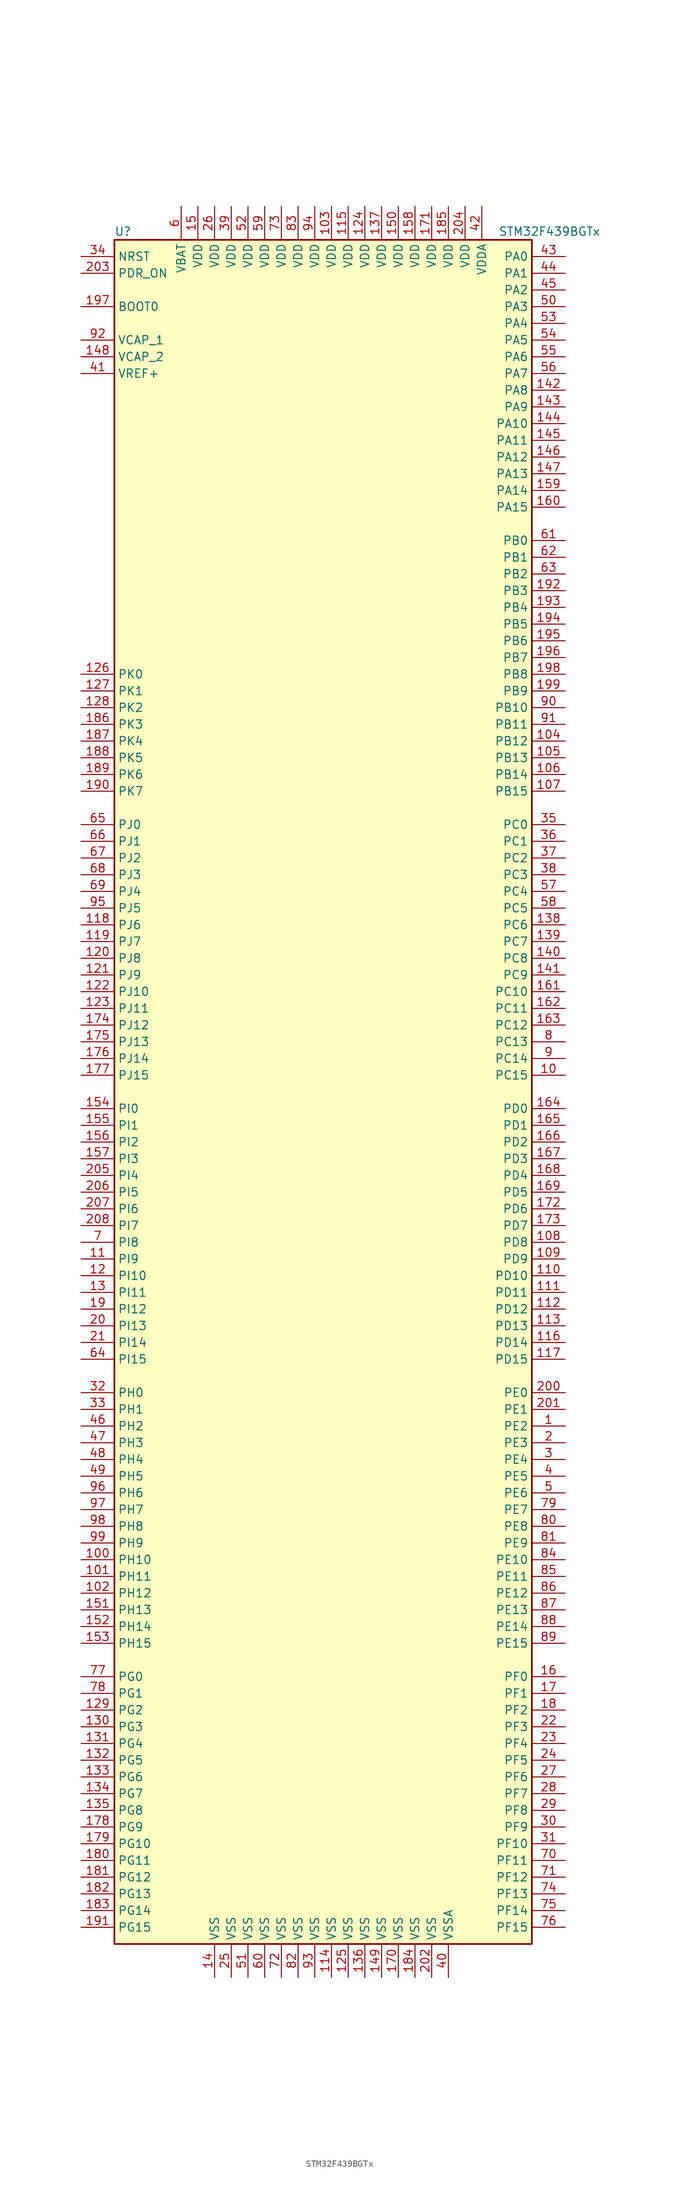
<source format=kicad_sym>
(kicad_symbol_lib
  (version 20201005)
  (generator kicad_symbol_editor)
  (symbol "MCU_ST_STM32F4:STM32F439BGTx"
    (property "Reference" "U"
      (at -33.02 130.81 0)
      (effects (font (size 1.27 1.27)) (justify left)))
    (property "Value" "STM32F439BGTx"
      (at 25.4 130.81 0)
      (effects (font (size 1.27 1.27)) (justify left)))
    (symbol "STM32F439BGTx_0_1"
      (rectangle (start -33.02 -129.54) (end 30.48 129.54) (stroke (width 0.254)) (fill (type background))))
    (symbol "STM32F439BGTx_1_1"
      (pin input line (at -38.1 119.38 0) (length 5.08) (name "BOOT0" (effects (font (size 1.27 1.27)))) (number "197" (effects (font (size 1.27 1.27)))))
      (pin input line (at -38.1 127 0) (length 5.08) (name "NRST" (effects (font (size 1.27 1.27)))) (number "34" (effects (font (size 1.27 1.27)))))
      (pin bidirectional line (at 35.56 127 180) (length 5.08) (name "PA0" (effects (font (size 1.27 1.27)))) (number "43" (effects (font (size 1.27 1.27)))))
      (pin bidirectional line (at 35.56 124.46 180) (length 5.08) (name "PA1" (effects (font (size 1.27 1.27)))) (number "44" (effects (font (size 1.27 1.27)))))
      (pin bidirectional line (at 35.56 101.6 180) (length 5.08) (name "PA10" (effects (font (size 1.27 1.27)))) (number "144" (effects (font (size 1.27 1.27)))))
      (pin bidirectional line (at 35.56 99.06 180) (length 5.08) (name "PA11" (effects (font (size 1.27 1.27)))) (number "145" (effects (font (size 1.27 1.27)))))
      (pin bidirectional line (at 35.56 96.52 180) (length 5.08) (name "PA12" (effects (font (size 1.27 1.27)))) (number "146" (effects (font (size 1.27 1.27)))))
      (pin bidirectional line (at 35.56 93.98 180) (length 5.08) (name "PA13" (effects (font (size 1.27 1.27)))) (number "147" (effects (font (size 1.27 1.27)))))
      (pin bidirectional line (at 35.56 91.44 180) (length 5.08) (name "PA14" (effects (font (size 1.27 1.27)))) (number "159" (effects (font (size 1.27 1.27)))))
      (pin bidirectional line (at 35.56 88.9 180) (length 5.08) (name "PA15" (effects (font (size 1.27 1.27)))) (number "160" (effects (font (size 1.27 1.27)))))
      (pin bidirectional line (at 35.56 121.92 180) (length 5.08) (name "PA2" (effects (font (size 1.27 1.27)))) (number "45" (effects (font (size 1.27 1.27)))))
      (pin bidirectional line (at 35.56 119.38 180) (length 5.08) (name "PA3" (effects (font (size 1.27 1.27)))) (number "50" (effects (font (size 1.27 1.27)))))
      (pin bidirectional line (at 35.56 116.84 180) (length 5.08) (name "PA4" (effects (font (size 1.27 1.27)))) (number "53" (effects (font (size 1.27 1.27)))))
      (pin bidirectional line (at 35.56 114.3 180) (length 5.08) (name "PA5" (effects (font (size 1.27 1.27)))) (number "54" (effects (font (size 1.27 1.27)))))
      (pin bidirectional line (at 35.56 111.76 180) (length 5.08) (name "PA6" (effects (font (size 1.27 1.27)))) (number "55" (effects (font (size 1.27 1.27)))))
      (pin bidirectional line (at 35.56 109.22 180) (length 5.08) (name "PA7" (effects (font (size 1.27 1.27)))) (number "56" (effects (font (size 1.27 1.27)))))
      (pin bidirectional line (at 35.56 106.68 180) (length 5.08) (name "PA8" (effects (font (size 1.27 1.27)))) (number "142" (effects (font (size 1.27 1.27)))))
      (pin bidirectional line (at 35.56 104.14 180) (length 5.08) (name "PA9" (effects (font (size 1.27 1.27)))) (number "143" (effects (font (size 1.27 1.27)))))
      (pin bidirectional line (at 35.56 83.82 180) (length 5.08) (name "PB0" (effects (font (size 1.27 1.27)))) (number "61" (effects (font (size 1.27 1.27)))))
      (pin bidirectional line (at 35.56 81.28 180) (length 5.08) (name "PB1" (effects (font (size 1.27 1.27)))) (number "62" (effects (font (size 1.27 1.27)))))
      (pin bidirectional line (at 35.56 58.42 180) (length 5.08) (name "PB10" (effects (font (size 1.27 1.27)))) (number "90" (effects (font (size 1.27 1.27)))))
      (pin bidirectional line (at 35.56 55.88 180) (length 5.08) (name "PB11" (effects (font (size 1.27 1.27)))) (number "91" (effects (font (size 1.27 1.27)))))
      (pin bidirectional line (at 35.56 53.34 180) (length 5.08) (name "PB12" (effects (font (size 1.27 1.27)))) (number "104" (effects (font (size 1.27 1.27)))))
      (pin bidirectional line (at 35.56 50.8 180) (length 5.08) (name "PB13" (effects (font (size 1.27 1.27)))) (number "105" (effects (font (size 1.27 1.27)))))
      (pin bidirectional line (at 35.56 48.26 180) (length 5.08) (name "PB14" (effects (font (size 1.27 1.27)))) (number "106" (effects (font (size 1.27 1.27)))))
      (pin bidirectional line (at 35.56 45.72 180) (length 5.08) (name "PB15" (effects (font (size 1.27 1.27)))) (number "107" (effects (font (size 1.27 1.27)))))
      (pin bidirectional line (at 35.56 78.74 180) (length 5.08) (name "PB2" (effects (font (size 1.27 1.27)))) (number "63" (effects (font (size 1.27 1.27)))))
      (pin bidirectional line (at 35.56 76.2 180) (length 5.08) (name "PB3" (effects (font (size 1.27 1.27)))) (number "192" (effects (font (size 1.27 1.27)))))
      (pin bidirectional line (at 35.56 73.66 180) (length 5.08) (name "PB4" (effects (font (size 1.27 1.27)))) (number "193" (effects (font (size 1.27 1.27)))))
      (pin bidirectional line (at 35.56 71.12 180) (length 5.08) (name "PB5" (effects (font (size 1.27 1.27)))) (number "194" (effects (font (size 1.27 1.27)))))
      (pin bidirectional line (at 35.56 68.58 180) (length 5.08) (name "PB6" (effects (font (size 1.27 1.27)))) (number "195" (effects (font (size 1.27 1.27)))))
      (pin bidirectional line (at 35.56 66.04 180) (length 5.08) (name "PB7" (effects (font (size 1.27 1.27)))) (number "196" (effects (font (size 1.27 1.27)))))
      (pin bidirectional line (at 35.56 63.5 180) (length 5.08) (name "PB8" (effects (font (size 1.27 1.27)))) (number "198" (effects (font (size 1.27 1.27)))))
      (pin bidirectional line (at 35.56 60.96 180) (length 5.08) (name "PB9" (effects (font (size 1.27 1.27)))) (number "199" (effects (font (size 1.27 1.27)))))
      (pin bidirectional line (at 35.56 40.64 180) (length 5.08) (name "PC0" (effects (font (size 1.27 1.27)))) (number "35" (effects (font (size 1.27 1.27)))))
      (pin bidirectional line (at 35.56 38.1 180) (length 5.08) (name "PC1" (effects (font (size 1.27 1.27)))) (number "36" (effects (font (size 1.27 1.27)))))
      (pin bidirectional line (at 35.56 15.24 180) (length 5.08) (name "PC10" (effects (font (size 1.27 1.27)))) (number "161" (effects (font (size 1.27 1.27)))))
      (pin bidirectional line (at 35.56 12.7 180) (length 5.08) (name "PC11" (effects (font (size 1.27 1.27)))) (number "162" (effects (font (size 1.27 1.27)))))
      (pin bidirectional line (at 35.56 10.16 180) (length 5.08) (name "PC12" (effects (font (size 1.27 1.27)))) (number "163" (effects (font (size 1.27 1.27)))))
      (pin bidirectional line (at 35.56 7.62 180) (length 5.08) (name "PC13" (effects (font (size 1.27 1.27)))) (number "8" (effects (font (size 1.27 1.27)))))
      (pin bidirectional line (at 35.56 5.08 180) (length 5.08) (name "PC14" (effects (font (size 1.27 1.27)))) (number "9" (effects (font (size 1.27 1.27)))))
      (pin bidirectional line (at 35.56 2.54 180) (length 5.08) (name "PC15" (effects (font (size 1.27 1.27)))) (number "10" (effects (font (size 1.27 1.27)))))
      (pin bidirectional line (at 35.56 35.56 180) (length 5.08) (name "PC2" (effects (font (size 1.27 1.27)))) (number "37" (effects (font (size 1.27 1.27)))))
      (pin bidirectional line (at 35.56 33.02 180) (length 5.08) (name "PC3" (effects (font (size 1.27 1.27)))) (number "38" (effects (font (size 1.27 1.27)))))
      (pin bidirectional line (at 35.56 30.48 180) (length 5.08) (name "PC4" (effects (font (size 1.27 1.27)))) (number "57" (effects (font (size 1.27 1.27)))))
      (pin bidirectional line (at 35.56 27.94 180) (length 5.08) (name "PC5" (effects (font (size 1.27 1.27)))) (number "58" (effects (font (size 1.27 1.27)))))
      (pin bidirectional line (at 35.56 25.4 180) (length 5.08) (name "PC6" (effects (font (size 1.27 1.27)))) (number "138" (effects (font (size 1.27 1.27)))))
      (pin bidirectional line (at 35.56 22.86 180) (length 5.08) (name "PC7" (effects (font (size 1.27 1.27)))) (number "139" (effects (font (size 1.27 1.27)))))
      (pin bidirectional line (at 35.56 20.32 180) (length 5.08) (name "PC8" (effects (font (size 1.27 1.27)))) (number "140" (effects (font (size 1.27 1.27)))))
      (pin bidirectional line (at 35.56 17.78 180) (length 5.08) (name "PC9" (effects (font (size 1.27 1.27)))) (number "141" (effects (font (size 1.27 1.27)))))
      (pin bidirectional line (at 35.56 -2.54 180) (length 5.08) (name "PD0" (effects (font (size 1.27 1.27)))) (number "164" (effects (font (size 1.27 1.27)))))
      (pin bidirectional line (at 35.56 -5.08 180) (length 5.08) (name "PD1" (effects (font (size 1.27 1.27)))) (number "165" (effects (font (size 1.27 1.27)))))
      (pin bidirectional line (at 35.56 -27.94 180) (length 5.08) (name "PD10" (effects (font (size 1.27 1.27)))) (number "110" (effects (font (size 1.27 1.27)))))
      (pin bidirectional line (at 35.56 -30.48 180) (length 5.08) (name "PD11" (effects (font (size 1.27 1.27)))) (number "111" (effects (font (size 1.27 1.27)))))
      (pin bidirectional line (at 35.56 -33.02 180) (length 5.08) (name "PD12" (effects (font (size 1.27 1.27)))) (number "112" (effects (font (size 1.27 1.27)))))
      (pin bidirectional line (at 35.56 -35.56 180) (length 5.08) (name "PD13" (effects (font (size 1.27 1.27)))) (number "113" (effects (font (size 1.27 1.27)))))
      (pin bidirectional line (at 35.56 -38.1 180) (length 5.08) (name "PD14" (effects (font (size 1.27 1.27)))) (number "116" (effects (font (size 1.27 1.27)))))
      (pin bidirectional line (at 35.56 -40.64 180) (length 5.08) (name "PD15" (effects (font (size 1.27 1.27)))) (number "117" (effects (font (size 1.27 1.27)))))
      (pin bidirectional line (at 35.56 -7.62 180) (length 5.08) (name "PD2" (effects (font (size 1.27 1.27)))) (number "166" (effects (font (size 1.27 1.27)))))
      (pin bidirectional line (at 35.56 -10.16 180) (length 5.08) (name "PD3" (effects (font (size 1.27 1.27)))) (number "167" (effects (font (size 1.27 1.27)))))
      (pin bidirectional line (at 35.56 -12.7 180) (length 5.08) (name "PD4" (effects (font (size 1.27 1.27)))) (number "168" (effects (font (size 1.27 1.27)))))
      (pin bidirectional line (at 35.56 -15.24 180) (length 5.08) (name "PD5" (effects (font (size 1.27 1.27)))) (number "169" (effects (font (size 1.27 1.27)))))
      (pin bidirectional line (at 35.56 -17.78 180) (length 5.08) (name "PD6" (effects (font (size 1.27 1.27)))) (number "172" (effects (font (size 1.27 1.27)))))
      (pin bidirectional line (at 35.56 -20.32 180) (length 5.08) (name "PD7" (effects (font (size 1.27 1.27)))) (number "173" (effects (font (size 1.27 1.27)))))
      (pin bidirectional line (at 35.56 -22.86 180) (length 5.08) (name "PD8" (effects (font (size 1.27 1.27)))) (number "108" (effects (font (size 1.27 1.27)))))
      (pin bidirectional line (at 35.56 -25.4 180) (length 5.08) (name "PD9" (effects (font (size 1.27 1.27)))) (number "109" (effects (font (size 1.27 1.27)))))
      (pin input line (at -38.1 124.46 0) (length 5.08) (name "PDR_ON" (effects (font (size 1.27 1.27)))) (number "203" (effects (font (size 1.27 1.27)))))
      (pin bidirectional line (at 35.56 -45.72 180) (length 5.08) (name "PE0" (effects (font (size 1.27 1.27)))) (number "200" (effects (font (size 1.27 1.27)))))
      (pin bidirectional line (at 35.56 -48.26 180) (length 5.08) (name "PE1" (effects (font (size 1.27 1.27)))) (number "201" (effects (font (size 1.27 1.27)))))
      (pin bidirectional line (at 35.56 -71.12 180) (length 5.08) (name "PE10" (effects (font (size 1.27 1.27)))) (number "84" (effects (font (size 1.27 1.27)))))
      (pin bidirectional line (at 35.56 -73.66 180) (length 5.08) (name "PE11" (effects (font (size 1.27 1.27)))) (number "85" (effects (font (size 1.27 1.27)))))
      (pin bidirectional line (at 35.56 -76.2 180) (length 5.08) (name "PE12" (effects (font (size 1.27 1.27)))) (number "86" (effects (font (size 1.27 1.27)))))
      (pin bidirectional line (at 35.56 -78.74 180) (length 5.08) (name "PE13" (effects (font (size 1.27 1.27)))) (number "87" (effects (font (size 1.27 1.27)))))
      (pin bidirectional line (at 35.56 -81.28 180) (length 5.08) (name "PE14" (effects (font (size 1.27 1.27)))) (number "88" (effects (font (size 1.27 1.27)))))
      (pin bidirectional line (at 35.56 -83.82 180) (length 5.08) (name "PE15" (effects (font (size 1.27 1.27)))) (number "89" (effects (font (size 1.27 1.27)))))
      (pin bidirectional line (at 35.56 -50.8 180) (length 5.08) (name "PE2" (effects (font (size 1.27 1.27)))) (number "1" (effects (font (size 1.27 1.27)))))
      (pin bidirectional line (at 35.56 -53.34 180) (length 5.08) (name "PE3" (effects (font (size 1.27 1.27)))) (number "2" (effects (font (size 1.27 1.27)))))
      (pin bidirectional line (at 35.56 -55.88 180) (length 5.08) (name "PE4" (effects (font (size 1.27 1.27)))) (number "3" (effects (font (size 1.27 1.27)))))
      (pin bidirectional line (at 35.56 -58.42 180) (length 5.08) (name "PE5" (effects (font (size 1.27 1.27)))) (number "4" (effects (font (size 1.27 1.27)))))
      (pin bidirectional line (at 35.56 -60.96 180) (length 5.08) (name "PE6" (effects (font (size 1.27 1.27)))) (number "5" (effects (font (size 1.27 1.27)))))
      (pin bidirectional line (at 35.56 -63.5 180) (length 5.08) (name "PE7" (effects (font (size 1.27 1.27)))) (number "79" (effects (font (size 1.27 1.27)))))
      (pin bidirectional line (at 35.56 -66.04 180) (length 5.08) (name "PE8" (effects (font (size 1.27 1.27)))) (number "80" (effects (font (size 1.27 1.27)))))
      (pin bidirectional line (at 35.56 -68.58 180) (length 5.08) (name "PE9" (effects (font (size 1.27 1.27)))) (number "81" (effects (font (size 1.27 1.27)))))
      (pin bidirectional line (at 35.56 -88.9 180) (length 5.08) (name "PF0" (effects (font (size 1.27 1.27)))) (number "16" (effects (font (size 1.27 1.27)))))
      (pin bidirectional line (at 35.56 -91.44 180) (length 5.08) (name "PF1" (effects (font (size 1.27 1.27)))) (number "17" (effects (font (size 1.27 1.27)))))
      (pin bidirectional line (at 35.56 -114.3 180) (length 5.08) (name "PF10" (effects (font (size 1.27 1.27)))) (number "31" (effects (font (size 1.27 1.27)))))
      (pin bidirectional line (at 35.56 -116.84 180) (length 5.08) (name "PF11" (effects (font (size 1.27 1.27)))) (number "70" (effects (font (size 1.27 1.27)))))
      (pin bidirectional line (at 35.56 -119.38 180) (length 5.08) (name "PF12" (effects (font (size 1.27 1.27)))) (number "71" (effects (font (size 1.27 1.27)))))
      (pin bidirectional line (at 35.56 -121.92 180) (length 5.08) (name "PF13" (effects (font (size 1.27 1.27)))) (number "74" (effects (font (size 1.27 1.27)))))
      (pin bidirectional line (at 35.56 -124.46 180) (length 5.08) (name "PF14" (effects (font (size 1.27 1.27)))) (number "75" (effects (font (size 1.27 1.27)))))
      (pin bidirectional line (at 35.56 -127 180) (length 5.08) (name "PF15" (effects (font (size 1.27 1.27)))) (number "76" (effects (font (size 1.27 1.27)))))
      (pin bidirectional line (at 35.56 -93.98 180) (length 5.08) (name "PF2" (effects (font (size 1.27 1.27)))) (number "18" (effects (font (size 1.27 1.27)))))
      (pin bidirectional line (at 35.56 -96.52 180) (length 5.08) (name "PF3" (effects (font (size 1.27 1.27)))) (number "22" (effects (font (size 1.27 1.27)))))
      (pin bidirectional line (at 35.56 -99.06 180) (length 5.08) (name "PF4" (effects (font (size 1.27 1.27)))) (number "23" (effects (font (size 1.27 1.27)))))
      (pin bidirectional line (at 35.56 -101.6 180) (length 5.08) (name "PF5" (effects (font (size 1.27 1.27)))) (number "24" (effects (font (size 1.27 1.27)))))
      (pin bidirectional line (at 35.56 -104.14 180) (length 5.08) (name "PF6" (effects (font (size 1.27 1.27)))) (number "27" (effects (font (size 1.27 1.27)))))
      (pin bidirectional line (at 35.56 -106.68 180) (length 5.08) (name "PF7" (effects (font (size 1.27 1.27)))) (number "28" (effects (font (size 1.27 1.27)))))
      (pin bidirectional line (at 35.56 -109.22 180) (length 5.08) (name "PF8" (effects (font (size 1.27 1.27)))) (number "29" (effects (font (size 1.27 1.27)))))
      (pin bidirectional line (at 35.56 -111.76 180) (length 5.08) (name "PF9" (effects (font (size 1.27 1.27)))) (number "30" (effects (font (size 1.27 1.27)))))
      (pin bidirectional line (at -38.1 -88.9 0) (length 5.08) (name "PG0" (effects (font (size 1.27 1.27)))) (number "77" (effects (font (size 1.27 1.27)))))
      (pin bidirectional line (at -38.1 -91.44 0) (length 5.08) (name "PG1" (effects (font (size 1.27 1.27)))) (number "78" (effects (font (size 1.27 1.27)))))
      (pin bidirectional line (at -38.1 -114.3 0) (length 5.08) (name "PG10" (effects (font (size 1.27 1.27)))) (number "179" (effects (font (size 1.27 1.27)))))
      (pin bidirectional line (at -38.1 -116.84 0) (length 5.08) (name "PG11" (effects (font (size 1.27 1.27)))) (number "180" (effects (font (size 1.27 1.27)))))
      (pin bidirectional line (at -38.1 -119.38 0) (length 5.08) (name "PG12" (effects (font (size 1.27 1.27)))) (number "181" (effects (font (size 1.27 1.27)))))
      (pin bidirectional line (at -38.1 -121.92 0) (length 5.08) (name "PG13" (effects (font (size 1.27 1.27)))) (number "182" (effects (font (size 1.27 1.27)))))
      (pin bidirectional line (at -38.1 -124.46 0) (length 5.08) (name "PG14" (effects (font (size 1.27 1.27)))) (number "183" (effects (font (size 1.27 1.27)))))
      (pin bidirectional line (at -38.1 -127 0) (length 5.08) (name "PG15" (effects (font (size 1.27 1.27)))) (number "191" (effects (font (size 1.27 1.27)))))
      (pin bidirectional line (at -38.1 -93.98 0) (length 5.08) (name "PG2" (effects (font (size 1.27 1.27)))) (number "129" (effects (font (size 1.27 1.27)))))
      (pin bidirectional line (at -38.1 -96.52 0) (length 5.08) (name "PG3" (effects (font (size 1.27 1.27)))) (number "130" (effects (font (size 1.27 1.27)))))
      (pin bidirectional line (at -38.1 -99.06 0) (length 5.08) (name "PG4" (effects (font (size 1.27 1.27)))) (number "131" (effects (font (size 1.27 1.27)))))
      (pin bidirectional line (at -38.1 -101.6 0) (length 5.08) (name "PG5" (effects (font (size 1.27 1.27)))) (number "132" (effects (font (size 1.27 1.27)))))
      (pin bidirectional line (at -38.1 -104.14 0) (length 5.08) (name "PG6" (effects (font (size 1.27 1.27)))) (number "133" (effects (font (size 1.27 1.27)))))
      (pin bidirectional line (at -38.1 -106.68 0) (length 5.08) (name "PG7" (effects (font (size 1.27 1.27)))) (number "134" (effects (font (size 1.27 1.27)))))
      (pin bidirectional line (at -38.1 -109.22 0) (length 5.08) (name "PG8" (effects (font (size 1.27 1.27)))) (number "135" (effects (font (size 1.27 1.27)))))
      (pin bidirectional line (at -38.1 -111.76 0) (length 5.08) (name "PG9" (effects (font (size 1.27 1.27)))) (number "178" (effects (font (size 1.27 1.27)))))
      (pin input line (at -38.1 -45.72 0) (length 5.08) (name "PH0" (effects (font (size 1.27 1.27)))) (number "32" (effects (font (size 1.27 1.27)))))
      (pin input line (at -38.1 -48.26 0) (length 5.08) (name "PH1" (effects (font (size 1.27 1.27)))) (number "33" (effects (font (size 1.27 1.27)))))
      (pin bidirectional line (at -38.1 -71.12 0) (length 5.08) (name "PH10" (effects (font (size 1.27 1.27)))) (number "100" (effects (font (size 1.27 1.27)))))
      (pin bidirectional line (at -38.1 -73.66 0) (length 5.08) (name "PH11" (effects (font (size 1.27 1.27)))) (number "101" (effects (font (size 1.27 1.27)))))
      (pin bidirectional line (at -38.1 -76.2 0) (length 5.08) (name "PH12" (effects (font (size 1.27 1.27)))) (number "102" (effects (font (size 1.27 1.27)))))
      (pin bidirectional line (at -38.1 -78.74 0) (length 5.08) (name "PH13" (effects (font (size 1.27 1.27)))) (number "151" (effects (font (size 1.27 1.27)))))
      (pin bidirectional line (at -38.1 -81.28 0) (length 5.08) (name "PH14" (effects (font (size 1.27 1.27)))) (number "152" (effects (font (size 1.27 1.27)))))
      (pin bidirectional line (at -38.1 -83.82 0) (length 5.08) (name "PH15" (effects (font (size 1.27 1.27)))) (number "153" (effects (font (size 1.27 1.27)))))
      (pin bidirectional line (at -38.1 -50.8 0) (length 5.08) (name "PH2" (effects (font (size 1.27 1.27)))) (number "46" (effects (font (size 1.27 1.27)))))
      (pin bidirectional line (at -38.1 -53.34 0) (length 5.08) (name "PH3" (effects (font (size 1.27 1.27)))) (number "47" (effects (font (size 1.27 1.27)))))
      (pin bidirectional line (at -38.1 -55.88 0) (length 5.08) (name "PH4" (effects (font (size 1.27 1.27)))) (number "48" (effects (font (size 1.27 1.27)))))
      (pin bidirectional line (at -38.1 -58.42 0) (length 5.08) (name "PH5" (effects (font (size 1.27 1.27)))) (number "49" (effects (font (size 1.27 1.27)))))
      (pin bidirectional line (at -38.1 -60.96 0) (length 5.08) (name "PH6" (effects (font (size 1.27 1.27)))) (number "96" (effects (font (size 1.27 1.27)))))
      (pin bidirectional line (at -38.1 -63.5 0) (length 5.08) (name "PH7" (effects (font (size 1.27 1.27)))) (number "97" (effects (font (size 1.27 1.27)))))
      (pin bidirectional line (at -38.1 -66.04 0) (length 5.08) (name "PH8" (effects (font (size 1.27 1.27)))) (number "98" (effects (font (size 1.27 1.27)))))
      (pin bidirectional line (at -38.1 -68.58 0) (length 5.08) (name "PH9" (effects (font (size 1.27 1.27)))) (number "99" (effects (font (size 1.27 1.27)))))
      (pin bidirectional line (at -38.1 -2.54 0) (length 5.08) (name "PI0" (effects (font (size 1.27 1.27)))) (number "154" (effects (font (size 1.27 1.27)))))
      (pin bidirectional line (at -38.1 -5.08 0) (length 5.08) (name "PI1" (effects (font (size 1.27 1.27)))) (number "155" (effects (font (size 1.27 1.27)))))
      (pin bidirectional line (at -38.1 -27.94 0) (length 5.08) (name "PI10" (effects (font (size 1.27 1.27)))) (number "12" (effects (font (size 1.27 1.27)))))
      (pin bidirectional line (at -38.1 -30.48 0) (length 5.08) (name "PI11" (effects (font (size 1.27 1.27)))) (number "13" (effects (font (size 1.27 1.27)))))
      (pin bidirectional line (at -38.1 -33.02 0) (length 5.08) (name "PI12" (effects (font (size 1.27 1.27)))) (number "19" (effects (font (size 1.27 1.27)))))
      (pin bidirectional line (at -38.1 -35.56 0) (length 5.08) (name "PI13" (effects (font (size 1.27 1.27)))) (number "20" (effects (font (size 1.27 1.27)))))
      (pin bidirectional line (at -38.1 -38.1 0) (length 5.08) (name "PI14" (effects (font (size 1.27 1.27)))) (number "21" (effects (font (size 1.27 1.27)))))
      (pin bidirectional line (at -38.1 -40.64 0) (length 5.08) (name "PI15" (effects (font (size 1.27 1.27)))) (number "64" (effects (font (size 1.27 1.27)))))
      (pin bidirectional line (at -38.1 -7.62 0) (length 5.08) (name "PI2" (effects (font (size 1.27 1.27)))) (number "156" (effects (font (size 1.27 1.27)))))
      (pin bidirectional line (at -38.1 -10.16 0) (length 5.08) (name "PI3" (effects (font (size 1.27 1.27)))) (number "157" (effects (font (size 1.27 1.27)))))
      (pin bidirectional line (at -38.1 -12.7 0) (length 5.08) (name "PI4" (effects (font (size 1.27 1.27)))) (number "205" (effects (font (size 1.27 1.27)))))
      (pin bidirectional line (at -38.1 -15.24 0) (length 5.08) (name "PI5" (effects (font (size 1.27 1.27)))) (number "206" (effects (font (size 1.27 1.27)))))
      (pin bidirectional line (at -38.1 -17.78 0) (length 5.08) (name "PI6" (effects (font (size 1.27 1.27)))) (number "207" (effects (font (size 1.27 1.27)))))
      (pin bidirectional line (at -38.1 -20.32 0) (length 5.08) (name "PI7" (effects (font (size 1.27 1.27)))) (number "208" (effects (font (size 1.27 1.27)))))
      (pin bidirectional line (at -38.1 -22.86 0) (length 5.08) (name "PI8" (effects (font (size 1.27 1.27)))) (number "7" (effects (font (size 1.27 1.27)))))
      (pin bidirectional line (at -38.1 -25.4 0) (length 5.08) (name "PI9" (effects (font (size 1.27 1.27)))) (number "11" (effects (font (size 1.27 1.27)))))
      (pin bidirectional line (at -38.1 40.64 0) (length 5.08) (name "PJ0" (effects (font (size 1.27 1.27)))) (number "65" (effects (font (size 1.27 1.27)))))
      (pin bidirectional line (at -38.1 38.1 0) (length 5.08) (name "PJ1" (effects (font (size 1.27 1.27)))) (number "66" (effects (font (size 1.27 1.27)))))
      (pin bidirectional line (at -38.1 15.24 0) (length 5.08) (name "PJ10" (effects (font (size 1.27 1.27)))) (number "122" (effects (font (size 1.27 1.27)))))
      (pin bidirectional line (at -38.1 12.7 0) (length 5.08) (name "PJ11" (effects (font (size 1.27 1.27)))) (number "123" (effects (font (size 1.27 1.27)))))
      (pin bidirectional line (at -38.1 10.16 0) (length 5.08) (name "PJ12" (effects (font (size 1.27 1.27)))) (number "174" (effects (font (size 1.27 1.27)))))
      (pin bidirectional line (at -38.1 7.62 0) (length 5.08) (name "PJ13" (effects (font (size 1.27 1.27)))) (number "175" (effects (font (size 1.27 1.27)))))
      (pin bidirectional line (at -38.1 5.08 0) (length 5.08) (name "PJ14" (effects (font (size 1.27 1.27)))) (number "176" (effects (font (size 1.27 1.27)))))
      (pin bidirectional line (at -38.1 2.54 0) (length 5.08) (name "PJ15" (effects (font (size 1.27 1.27)))) (number "177" (effects (font (size 1.27 1.27)))))
      (pin bidirectional line (at -38.1 35.56 0) (length 5.08) (name "PJ2" (effects (font (size 1.27 1.27)))) (number "67" (effects (font (size 1.27 1.27)))))
      (pin bidirectional line (at -38.1 33.02 0) (length 5.08) (name "PJ3" (effects (font (size 1.27 1.27)))) (number "68" (effects (font (size 1.27 1.27)))))
      (pin bidirectional line (at -38.1 30.48 0) (length 5.08) (name "PJ4" (effects (font (size 1.27 1.27)))) (number "69" (effects (font (size 1.27 1.27)))))
      (pin bidirectional line (at -38.1 27.94 0) (length 5.08) (name "PJ5" (effects (font (size 1.27 1.27)))) (number "95" (effects (font (size 1.27 1.27)))))
      (pin bidirectional line (at -38.1 25.4 0) (length 5.08) (name "PJ6" (effects (font (size 1.27 1.27)))) (number "118" (effects (font (size 1.27 1.27)))))
      (pin bidirectional line (at -38.1 22.86 0) (length 5.08) (name "PJ7" (effects (font (size 1.27 1.27)))) (number "119" (effects (font (size 1.27 1.27)))))
      (pin bidirectional line (at -38.1 20.32 0) (length 5.08) (name "PJ8" (effects (font (size 1.27 1.27)))) (number "120" (effects (font (size 1.27 1.27)))))
      (pin bidirectional line (at -38.1 17.78 0) (length 5.08) (name "PJ9" (effects (font (size 1.27 1.27)))) (number "121" (effects (font (size 1.27 1.27)))))
      (pin bidirectional line (at -38.1 63.5 0) (length 5.08) (name "PK0" (effects (font (size 1.27 1.27)))) (number "126" (effects (font (size 1.27 1.27)))))
      (pin bidirectional line (at -38.1 60.96 0) (length 5.08) (name "PK1" (effects (font (size 1.27 1.27)))) (number "127" (effects (font (size 1.27 1.27)))))
      (pin bidirectional line (at -38.1 58.42 0) (length 5.08) (name "PK2" (effects (font (size 1.27 1.27)))) (number "128" (effects (font (size 1.27 1.27)))))
      (pin bidirectional line (at -38.1 55.88 0) (length 5.08) (name "PK3" (effects (font (size 1.27 1.27)))) (number "186" (effects (font (size 1.27 1.27)))))
      (pin bidirectional line (at -38.1 53.34 0) (length 5.08) (name "PK4" (effects (font (size 1.27 1.27)))) (number "187" (effects (font (size 1.27 1.27)))))
      (pin bidirectional line (at -38.1 50.8 0) (length 5.08) (name "PK5" (effects (font (size 1.27 1.27)))) (number "188" (effects (font (size 1.27 1.27)))))
      (pin bidirectional line (at -38.1 48.26 0) (length 5.08) (name "PK6" (effects (font (size 1.27 1.27)))) (number "189" (effects (font (size 1.27 1.27)))))
      (pin bidirectional line (at -38.1 45.72 0) (length 5.08) (name "PK7" (effects (font (size 1.27 1.27)))) (number "190" (effects (font (size 1.27 1.27)))))
      (pin power_in line (at -22.86 134.62 270) (length 5.08) (name "VBAT" (effects (font (size 1.27 1.27)))) (number "6" (effects (font (size 1.27 1.27)))))
      (pin power_in line (at -38.1 114.3 0) (length 5.08) (name "VCAP_1" (effects (font (size 1.27 1.27)))) (number "92" (effects (font (size 1.27 1.27)))))
      (pin power_in line (at -38.1 111.76 0) (length 5.08) (name "VCAP_2" (effects (font (size 1.27 1.27)))) (number "148" (effects (font (size 1.27 1.27)))))
      (pin power_in line (at 0 134.62 270) (length 5.08) (name "VDD" (effects (font (size 1.27 1.27)))) (number "103" (effects (font (size 1.27 1.27)))))
      (pin power_in line (at 2.54 134.62 270) (length 5.08) (name "VDD" (effects (font (size 1.27 1.27)))) (number "115" (effects (font (size 1.27 1.27)))))
      (pin power_in line (at 5.08 134.62 270) (length 5.08) (name "VDD" (effects (font (size 1.27 1.27)))) (number "124" (effects (font (size 1.27 1.27)))))
      (pin power_in line (at 7.62 134.62 270) (length 5.08) (name "VDD" (effects (font (size 1.27 1.27)))) (number "137" (effects (font (size 1.27 1.27)))))
      (pin power_in line (at -20.32 134.62 270) (length 5.08) (name "VDD" (effects (font (size 1.27 1.27)))) (number "15" (effects (font (size 1.27 1.27)))))
      (pin power_in line (at 10.16 134.62 270) (length 5.08) (name "VDD" (effects (font (size 1.27 1.27)))) (number "150" (effects (font (size 1.27 1.27)))))
      (pin power_in line (at 12.7 134.62 270) (length 5.08) (name "VDD" (effects (font (size 1.27 1.27)))) (number "158" (effects (font (size 1.27 1.27)))))
      (pin power_in line (at 15.24 134.62 270) (length 5.08) (name "VDD" (effects (font (size 1.27 1.27)))) (number "171" (effects (font (size 1.27 1.27)))))
      (pin power_in line (at 17.78 134.62 270) (length 5.08) (name "VDD" (effects (font (size 1.27 1.27)))) (number "185" (effects (font (size 1.27 1.27)))))
      (pin power_in line (at 20.32 134.62 270) (length 5.08) (name "VDD" (effects (font (size 1.27 1.27)))) (number "204" (effects (font (size 1.27 1.27)))))
      (pin power_in line (at -17.78 134.62 270) (length 5.08) (name "VDD" (effects (font (size 1.27 1.27)))) (number "26" (effects (font (size 1.27 1.27)))))
      (pin power_in line (at -15.24 134.62 270) (length 5.08) (name "VDD" (effects (font (size 1.27 1.27)))) (number "39" (effects (font (size 1.27 1.27)))))
      (pin power_in line (at -12.7 134.62 270) (length 5.08) (name "VDD" (effects (font (size 1.27 1.27)))) (number "52" (effects (font (size 1.27 1.27)))))
      (pin power_in line (at -10.16 134.62 270) (length 5.08) (name "VDD" (effects (font (size 1.27 1.27)))) (number "59" (effects (font (size 1.27 1.27)))))
      (pin power_in line (at -7.62 134.62 270) (length 5.08) (name "VDD" (effects (font (size 1.27 1.27)))) (number "73" (effects (font (size 1.27 1.27)))))
      (pin power_in line (at -5.08 134.62 270) (length 5.08) (name "VDD" (effects (font (size 1.27 1.27)))) (number "83" (effects (font (size 1.27 1.27)))))
      (pin power_in line (at -2.54 134.62 270) (length 5.08) (name "VDD" (effects (font (size 1.27 1.27)))) (number "94" (effects (font (size 1.27 1.27)))))
      (pin power_in line (at 22.86 134.62 270) (length 5.08) (name "VDDA" (effects (font (size 1.27 1.27)))) (number "42" (effects (font (size 1.27 1.27)))))
      (pin power_in line (at -38.1 109.22 0) (length 5.08) (name "VREF+" (effects (font (size 1.27 1.27)))) (number "41" (effects (font (size 1.27 1.27)))))
      (pin power_in line (at 0 -134.62 90) (length 5.08) (name "VSS" (effects (font (size 1.27 1.27)))) (number "114" (effects (font (size 1.27 1.27)))))
      (pin power_in line (at 2.54 -134.62 90) (length 5.08) (name "VSS" (effects (font (size 1.27 1.27)))) (number "125" (effects (font (size 1.27 1.27)))))
      (pin power_in line (at 5.08 -134.62 90) (length 5.08) (name "VSS" (effects (font (size 1.27 1.27)))) (number "136" (effects (font (size 1.27 1.27)))))
      (pin power_in line (at -17.78 -134.62 90) (length 5.08) (name "VSS" (effects (font (size 1.27 1.27)))) (number "14" (effects (font (size 1.27 1.27)))))
      (pin power_in line (at 7.62 -134.62 90) (length 5.08) (name "VSS" (effects (font (size 1.27 1.27)))) (number "149" (effects (font (size 1.27 1.27)))))
      (pin power_in line (at 10.16 -134.62 90) (length 5.08) (name "VSS" (effects (font (size 1.27 1.27)))) (number "170" (effects (font (size 1.27 1.27)))))
      (pin power_in line (at 12.7 -134.62 90) (length 5.08) (name "VSS" (effects (font (size 1.27 1.27)))) (number "184" (effects (font (size 1.27 1.27)))))
      (pin power_in line (at 15.24 -134.62 90) (length 5.08) (name "VSS" (effects (font (size 1.27 1.27)))) (number "202" (effects (font (size 1.27 1.27)))))
      (pin power_in line (at -15.24 -134.62 90) (length 5.08) (name "VSS" (effects (font (size 1.27 1.27)))) (number "25" (effects (font (size 1.27 1.27)))))
      (pin power_in line (at -12.7 -134.62 90) (length 5.08) (name "VSS" (effects (font (size 1.27 1.27)))) (number "51" (effects (font (size 1.27 1.27)))))
      (pin power_in line (at -10.16 -134.62 90) (length 5.08) (name "VSS" (effects (font (size 1.27 1.27)))) (number "60" (effects (font (size 1.27 1.27)))))
      (pin power_in line (at -7.62 -134.62 90) (length 5.08) (name "VSS" (effects (font (size 1.27 1.27)))) (number "72" (effects (font (size 1.27 1.27)))))
      (pin power_in line (at -5.08 -134.62 90) (length 5.08) (name "VSS" (effects (font (size 1.27 1.27)))) (number "82" (effects (font (size 1.27 1.27)))))
      (pin power_in line (at -2.54 -134.62 90) (length 5.08) (name "VSS" (effects (font (size 1.27 1.27)))) (number "93" (effects (font (size 1.27 1.27)))))
      (pin power_in line (at 17.78 -134.62 90) (length 5.08) (name "VSSA" (effects (font (size 1.27 1.27)))) (number "40" (effects (font (size 1.27 1.27))))))))
</source>
